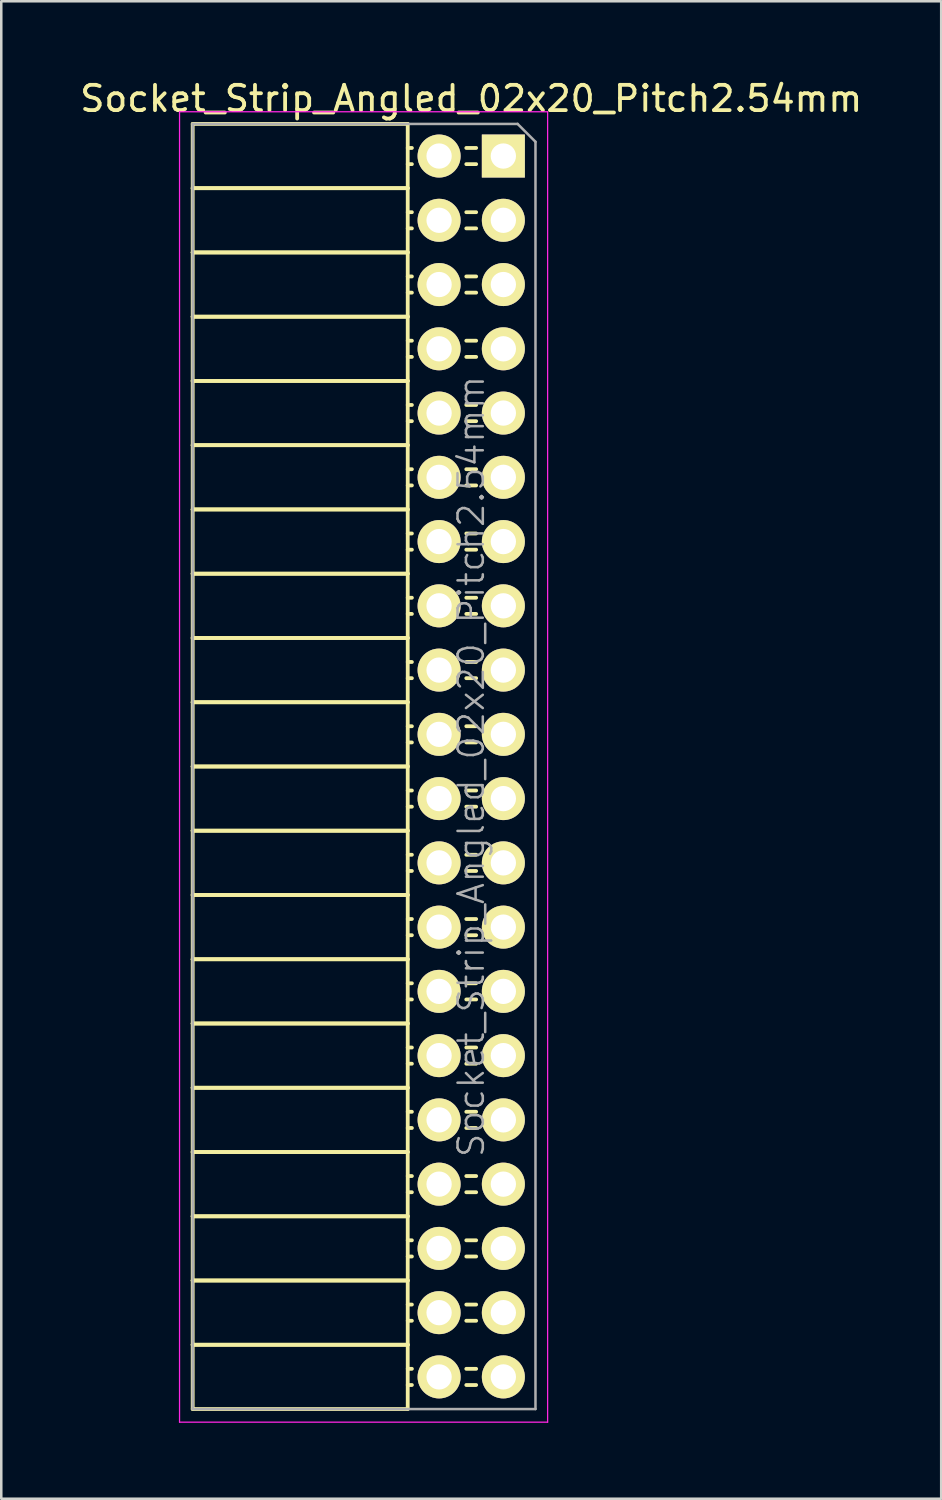
<source format=kicad_pcb>
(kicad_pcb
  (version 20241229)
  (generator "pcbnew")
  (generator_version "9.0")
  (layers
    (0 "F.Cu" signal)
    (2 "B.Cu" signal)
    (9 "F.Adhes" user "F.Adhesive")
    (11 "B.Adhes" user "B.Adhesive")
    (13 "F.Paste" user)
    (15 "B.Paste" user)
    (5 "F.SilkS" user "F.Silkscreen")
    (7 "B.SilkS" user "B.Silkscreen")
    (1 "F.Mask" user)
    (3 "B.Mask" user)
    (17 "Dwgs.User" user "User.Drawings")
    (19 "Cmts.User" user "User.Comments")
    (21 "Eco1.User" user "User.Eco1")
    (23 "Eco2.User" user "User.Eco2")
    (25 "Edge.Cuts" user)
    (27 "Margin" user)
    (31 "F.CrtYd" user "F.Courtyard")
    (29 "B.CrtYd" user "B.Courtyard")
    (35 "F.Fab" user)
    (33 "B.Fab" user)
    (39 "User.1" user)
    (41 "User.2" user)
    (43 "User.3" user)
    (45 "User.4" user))
  (footprint "Socket_Strip_Angled_02x20_Pitch2.54mm"
    (layer "F.Cu")
    (at 16.847 3.118)
    (property "Reference" "Socket_Strip_Angled_02x20_Pitch2.54mm" (at -1.27 -2.27 0) (layer "F.SilkS") (effects (font (size 1 1) (thickness 0.15))))
    (attr smd)
    (fp_line (start -12.28 -1.27) (end -12.28 1.27) (stroke (width 0.15) (type solid)) (layer "F.SilkS"))
    (fp_line (start -12.28 -1.27) (end -3.78 -1.27) (stroke (width 0.15) (type solid)) (layer "F.SilkS"))
    (fp_line (start -12.28 1.27) (end -12.28 3.81) (stroke (width 0.15) (type solid)) (layer "F.SilkS"))
    (fp_line (start -12.28 1.27) (end -3.78 1.27) (stroke (width 0.15) (type solid)) (layer "F.SilkS"))
    (fp_line (start -12.28 1.27) (end -3.78 1.27) (stroke (width 0.15) (type solid)) (layer "F.SilkS"))
    (fp_line (start -12.28 3.81) (end -12.28 6.35) (stroke (width 0.15) (type solid)) (layer "F.SilkS"))
    (fp_line (start -12.28 3.81) (end -3.78 3.81) (stroke (width 0.15) (type solid)) (layer "F.SilkS"))
    (fp_line (start -12.28 3.81) (end -3.78 3.81) (stroke (width 0.15) (type solid)) (layer "F.SilkS"))
    (fp_line (start -12.28 6.35) (end -12.28 8.89) (stroke (width 0.15) (type solid)) (layer "F.SilkS"))
    (fp_line (start -12.28 6.35) (end -3.78 6.35) (stroke (width 0.15) (type solid)) (layer "F.SilkS"))
    (fp_line (start -12.28 6.35) (end -3.78 6.35) (stroke (width 0.15) (type solid)) (layer "F.SilkS"))
    (fp_line (start -12.28 8.89) (end -12.28 11.43) (stroke (width 0.15) (type solid)) (layer "F.SilkS"))
    (fp_line (start -12.28 8.89) (end -3.78 8.89) (stroke (width 0.15) (type solid)) (layer "F.SilkS"))
    (fp_line (start -12.28 8.89) (end -3.78 8.89) (stroke (width 0.15) (type solid)) (layer "F.SilkS"))
    (fp_line (start -12.28 11.43) (end -12.28 13.97) (stroke (width 0.15) (type solid)) (layer "F.SilkS"))
    (fp_line (start -12.28 11.43) (end -3.78 11.43) (stroke (width 0.15) (type solid)) (layer "F.SilkS"))
    (fp_line (start -12.28 11.43) (end -3.78 11.43) (stroke (width 0.15) (type solid)) (layer "F.SilkS"))
    (fp_line (start -12.28 13.97) (end -12.28 16.51) (stroke (width 0.15) (type solid)) (layer "F.SilkS"))
    (fp_line (start -12.28 13.97) (end -3.78 13.97) (stroke (width 0.15) (type solid)) (layer "F.SilkS"))
    (fp_line (start -12.28 13.97) (end -3.78 13.97) (stroke (width 0.15) (type solid)) (layer "F.SilkS"))
    (fp_line (start -12.28 16.51) (end -12.28 19.05) (stroke (width 0.15) (type solid)) (layer "F.SilkS"))
    (fp_line (start -12.28 16.51) (end -3.78 16.51) (stroke (width 0.15) (type solid)) (layer "F.SilkS"))
    (fp_line (start -12.28 16.51) (end -3.78 16.51) (stroke (width 0.15) (type solid)) (layer "F.SilkS"))
    (fp_line (start -12.28 19.05) (end -12.28 21.59) (stroke (width 0.15) (type solid)) (layer "F.SilkS"))
    (fp_line (start -12.28 19.05) (end -3.78 19.05) (stroke (width 0.15) (type solid)) (layer "F.SilkS"))
    (fp_line (start -12.28 19.05) (end -3.78 19.05) (stroke (width 0.15) (type solid)) (layer "F.SilkS"))
    (fp_line (start -12.28 21.59) (end -12.28 24.13) (stroke (width 0.15) (type solid)) (layer "F.SilkS"))
    (fp_line (start -12.28 21.59) (end -3.78 21.59) (stroke (width 0.15) (type solid)) (layer "F.SilkS"))
    (fp_line (start -12.28 21.59) (end -3.78 21.59) (stroke (width 0.15) (type solid)) (layer "F.SilkS"))
    (fp_line (start -12.28 24.13) (end -12.28 26.67) (stroke (width 0.15) (type solid)) (layer "F.SilkS"))
    (fp_line (start -12.28 24.13) (end -3.78 24.13) (stroke (width 0.15) (type solid)) (layer "F.SilkS"))
    (fp_line (start -12.28 24.13) (end -3.78 24.13) (stroke (width 0.15) (type solid)) (layer "F.SilkS"))
    (fp_line (start -12.28 26.67) (end -12.28 29.21) (stroke (width 0.15) (type solid)) (layer "F.SilkS"))
    (fp_line (start -12.28 26.67) (end -3.78 26.67) (stroke (width 0.15) (type solid)) (layer "F.SilkS"))
    (fp_line (start -12.28 26.67) (end -3.78 26.67) (stroke (width 0.15) (type solid)) (layer "F.SilkS"))
    (fp_line (start -12.28 29.21) (end -12.28 31.75) (stroke (width 0.15) (type solid)) (layer "F.SilkS"))
    (fp_line (start -12.28 29.21) (end -3.78 29.21) (stroke (width 0.15) (type solid)) (layer "F.SilkS"))
    (fp_line (start -12.28 29.21) (end -3.78 29.21) (stroke (width 0.15) (type solid)) (layer "F.SilkS"))
    (fp_line (start -12.28 31.75) (end -12.28 34.29) (stroke (width 0.15) (type solid)) (layer "F.SilkS"))
    (fp_line (start -12.28 31.75) (end -3.78 31.75) (stroke (width 0.15) (type solid)) (layer "F.SilkS"))
    (fp_line (start -12.28 31.75) (end -3.78 31.75) (stroke (width 0.15) (type solid)) (layer "F.SilkS"))
    (fp_line (start -12.28 34.29) (end -12.28 36.83) (stroke (width 0.15) (type solid)) (layer "F.SilkS"))
    (fp_line (start -12.28 34.29) (end -3.78 34.29) (stroke (width 0.15) (type solid)) (layer "F.SilkS"))
    (fp_line (start -12.28 34.29) (end -3.78 34.29) (stroke (width 0.15) (type solid)) (layer "F.SilkS"))
    (fp_line (start -12.28 36.83) (end -12.28 39.37) (stroke (width 0.15) (type solid)) (layer "F.SilkS"))
    (fp_line (start -12.28 36.83) (end -3.78 36.83) (stroke (width 0.15) (type solid)) (layer "F.SilkS"))
    (fp_line (start -12.28 36.83) (end -3.78 36.83) (stroke (width 0.15) (type solid)) (layer "F.SilkS"))
    (fp_line (start -12.28 39.37) (end -12.28 41.91) (stroke (width 0.15) (type solid)) (layer "F.SilkS"))
    (fp_line (start -12.28 39.37) (end -3.78 39.37) (stroke (width 0.15) (type solid)) (layer "F.SilkS"))
    (fp_line (start -12.28 39.37) (end -3.78 39.37) (stroke (width 0.15) (type solid)) (layer "F.SilkS"))
    (fp_line (start -12.28 41.91) (end -12.28 44.45) (stroke (width 0.15) (type solid)) (layer "F.SilkS"))
    (fp_line (start -12.28 41.91) (end -3.78 41.91) (stroke (width 0.15) (type solid)) (layer "F.SilkS"))
    (fp_line (start -12.28 41.91) (end -3.78 41.91) (stroke (width 0.15) (type solid)) (layer "F.SilkS"))
    (fp_line (start -12.28 44.45) (end -12.28 46.99) (stroke (width 0.15) (type solid)) (layer "F.SilkS"))
    (fp_line (start -12.28 44.45) (end -3.78 44.45) (stroke (width 0.15) (type solid)) (layer "F.SilkS"))
    (fp_line (start -12.28 44.45) (end -3.78 44.45) (stroke (width 0.15) (type solid)) (layer "F.SilkS"))
    (fp_line (start -12.28 46.99) (end -12.28 49.53) (stroke (width 0.15) (type solid)) (layer "F.SilkS"))
    (fp_line (start -12.28 46.99) (end -3.78 46.99) (stroke (width 0.15) (type solid)) (layer "F.SilkS"))
    (fp_line (start -12.28 46.99) (end -3.78 46.99) (stroke (width 0.15) (type solid)) (layer "F.SilkS"))
    (fp_line (start -12.28 49.53) (end -3.78 49.53) (stroke (width 0.15) (type solid)) (layer "F.SilkS"))
    (fp_line (start -3.78 -1.27) (end -3.78 1.27) (stroke (width 0.15) (type solid)) (layer "F.SilkS"))
    (fp_line (start -3.78 -0.32) (end -3.615 -0.32) (stroke (width 0.15) (type solid)) (layer "F.SilkS"))
    (fp_line (start -3.78 0.32) (end -3.615 0.32) (stroke (width 0.15) (type solid)) (layer "F.SilkS"))
    (fp_line (start -3.78 1.27) (end -3.78 3.81) (stroke (width 0.15) (type solid)) (layer "F.SilkS"))
    (fp_line (start -3.78 2.22) (end -3.615 2.22) (stroke (width 0.15) (type solid)) (layer "F.SilkS"))
    (fp_line (start -3.78 2.86) (end -3.615 2.86) (stroke (width 0.15) (type solid)) (layer "F.SilkS"))
    (fp_line (start -3.78 3.81) (end -3.78 6.35) (stroke (width 0.15) (type solid)) (layer "F.SilkS"))
    (fp_line (start -3.78 4.76) (end -3.615 4.76) (stroke (width 0.15) (type solid)) (layer "F.SilkS"))
    (fp_line (start -3.78 5.4) (end -3.615 5.4) (stroke (width 0.15) (type solid)) (layer "F.SilkS"))
    (fp_line (start -3.78 6.35) (end -3.78 8.89) (stroke (width 0.15) (type solid)) (layer "F.SilkS"))
    (fp_line (start -3.78 7.3) (end -3.615 7.3) (stroke (width 0.15) (type solid)) (layer "F.SilkS"))
    (fp_line (start -3.78 7.94) (end -3.615 7.94) (stroke (width 0.15) (type solid)) (layer "F.SilkS"))
    (fp_line (start -3.78 8.89) (end -3.78 11.43) (stroke (width 0.15) (type solid)) (layer "F.SilkS"))
    (fp_line (start -3.78 9.84) (end -3.615 9.84) (stroke (width 0.15) (type solid)) (layer "F.SilkS"))
    (fp_line (start -3.78 10.48) (end -3.615 10.48) (stroke (width 0.15) (type solid)) (layer "F.SilkS"))
    (fp_line (start -3.78 11.43) (end -3.78 13.97) (stroke (width 0.15) (type solid)) (layer "F.SilkS"))
    (fp_line (start -3.78 12.38) (end -3.615 12.38) (stroke (width 0.15) (type solid)) (layer "F.SilkS"))
    (fp_line (start -3.78 13.02) (end -3.615 13.02) (stroke (width 0.15) (type solid)) (layer "F.SilkS"))
    (fp_line (start -3.78 13.97) (end -3.78 16.51) (stroke (width 0.15) (type solid)) (layer "F.SilkS"))
    (fp_line (start -3.78 14.92) (end -3.615 14.92) (stroke (width 0.15) (type solid)) (layer "F.SilkS"))
    (fp_line (start -3.78 15.56) (end -3.615 15.56) (stroke (width 0.15) (type solid)) (layer "F.SilkS"))
    (fp_line (start -3.78 16.51) (end -3.78 19.05) (stroke (width 0.15) (type solid)) (layer "F.SilkS"))
    (fp_line (start -3.78 17.46) (end -3.615 17.46) (stroke (width 0.15) (type solid)) (layer "F.SilkS"))
    (fp_line (start -3.78 18.1) (end -3.615 18.1) (stroke (width 0.15) (type solid)) (layer "F.SilkS"))
    (fp_line (start -3.78 19.05) (end -3.78 21.59) (stroke (width 0.15) (type solid)) (layer "F.SilkS"))
    (fp_line (start -3.78 20) (end -3.615 20) (stroke (width 0.15) (type solid)) (layer "F.SilkS"))
    (fp_line (start -3.78 20.64) (end -3.615 20.64) (stroke (width 0.15) (type solid)) (layer "F.SilkS"))
    (fp_line (start -3.78 21.59) (end -3.78 24.13) (stroke (width 0.15) (type solid)) (layer "F.SilkS"))
    (fp_line (start -3.78 22.54) (end -3.615 22.54) (stroke (width 0.15) (type solid)) (layer "F.SilkS"))
    (fp_line (start -3.78 23.18) (end -3.615 23.18) (stroke (width 0.15) (type solid)) (layer "F.SilkS"))
    (fp_line (start -3.78 24.13) (end -3.78 26.67) (stroke (width 0.15) (type solid)) (layer "F.SilkS"))
    (fp_line (start -3.78 25.08) (end -3.615 25.08) (stroke (width 0.15) (type solid)) (layer "F.SilkS"))
    (fp_line (start -3.78 25.72) (end -3.615 25.72) (stroke (width 0.15) (type solid)) (layer "F.SilkS"))
    (fp_line (start -3.78 26.67) (end -3.78 29.21) (stroke (width 0.15) (type solid)) (layer "F.SilkS"))
    (fp_line (start -3.78 27.62) (end -3.615 27.62) (stroke (width 0.15) (type solid)) (layer "F.SilkS"))
    (fp_line (start -3.78 28.26) (end -3.615 28.26) (stroke (width 0.15) (type solid)) (layer "F.SilkS"))
    (fp_line (start -3.78 29.21) (end -3.78 31.75) (stroke (width 0.15) (type solid)) (layer "F.SilkS"))
    (fp_line (start -3.78 30.16) (end -3.615 30.16) (stroke (width 0.15) (type solid)) (layer "F.SilkS"))
    (fp_line (start -3.78 30.8) (end -3.615 30.8) (stroke (width 0.15) (type solid)) (layer "F.SilkS"))
    (fp_line (start -3.78 31.75) (end -3.78 34.29) (stroke (width 0.15) (type solid)) (layer "F.SilkS"))
    (fp_line (start -3.78 32.7) (end -3.615 32.7) (stroke (width 0.15) (type solid)) (layer "F.SilkS"))
    (fp_line (start -3.78 33.34) (end -3.615 33.34) (stroke (width 0.15) (type solid)) (layer "F.SilkS"))
    (fp_line (start -3.78 34.29) (end -3.78 36.83) (stroke (width 0.15) (type solid)) (layer "F.SilkS"))
    (fp_line (start -3.78 35.24) (end -3.615 35.24) (stroke (width 0.15) (type solid)) (layer "F.SilkS"))
    (fp_line (start -3.78 35.88) (end -3.615 35.88) (stroke (width 0.15) (type solid)) (layer "F.SilkS"))
    (fp_line (start -3.78 36.83) (end -3.78 39.37) (stroke (width 0.15) (type solid)) (layer "F.SilkS"))
    (fp_line (start -3.78 37.78) (end -3.615 37.78) (stroke (width 0.15) (type solid)) (layer "F.SilkS"))
    (fp_line (start -3.78 38.42) (end -3.615 38.42) (stroke (width 0.15) (type solid)) (layer "F.SilkS"))
    (fp_line (start -3.78 39.37) (end -3.78 41.91) (stroke (width 0.15) (type solid)) (layer "F.SilkS"))
    (fp_line (start -3.78 40.32) (end -3.615 40.32) (stroke (width 0.15) (type solid)) (layer "F.SilkS"))
    (fp_line (start -3.78 40.96) (end -3.615 40.96) (stroke (width 0.15) (type solid)) (layer "F.SilkS"))
    (fp_line (start -3.78 41.91) (end -3.78 44.45) (stroke (width 0.15) (type solid)) (layer "F.SilkS"))
    (fp_line (start -3.78 42.86) (end -3.615 42.86) (stroke (width 0.15) (type solid)) (layer "F.SilkS"))
    (fp_line (start -3.78 43.5) (end -3.615 43.5) (stroke (width 0.15) (type solid)) (layer "F.SilkS"))
    (fp_line (start -3.78 44.45) (end -3.78 46.99) (stroke (width 0.15) (type solid)) (layer "F.SilkS"))
    (fp_line (start -3.78 45.4) (end -3.615 45.4) (stroke (width 0.15) (type solid)) (layer "F.SilkS"))
    (fp_line (start -3.78 46.04) (end -3.615 46.04) (stroke (width 0.15) (type solid)) (layer "F.SilkS"))
    (fp_line (start -3.78 46.99) (end -3.78 49.53) (stroke (width 0.15) (type solid)) (layer "F.SilkS"))
    (fp_line (start -3.78 47.94) (end -3.615 47.94) (stroke (width 0.15) (type solid)) (layer "F.SilkS"))
    (fp_line (start -3.78 48.58) (end -3.615 48.58) (stroke (width 0.15) (type solid)) (layer "F.SilkS"))
    (fp_line (start -1.075 -0.32) (end -1.465 -0.32) (stroke (width 0.15) (type solid)) (layer "F.SilkS"))
    (fp_line (start -1.075 0.32) (end -1.465 0.32) (stroke (width 0.15) (type solid)) (layer "F.SilkS"))
    (fp_line (start -1.075 2.22) (end -1.465 2.22) (stroke (width 0.15) (type solid)) (layer "F.SilkS"))
    (fp_line (start -1.075 2.86) (end -1.465 2.86) (stroke (width 0.15) (type solid)) (layer "F.SilkS"))
    (fp_line (start -1.075 4.76) (end -1.465 4.76) (stroke (width 0.15) (type solid)) (layer "F.SilkS"))
    (fp_line (start -1.075 5.4) (end -1.465 5.4) (stroke (width 0.15) (type solid)) (layer "F.SilkS"))
    (fp_line (start -1.075 7.3) (end -1.465 7.3) (stroke (width 0.15) (type solid)) (layer "F.SilkS"))
    (fp_line (start -1.075 7.94) (end -1.465 7.94) (stroke (width 0.15) (type solid)) (layer "F.SilkS"))
    (fp_line (start -1.075 9.84) (end -1.465 9.84) (stroke (width 0.15) (type solid)) (layer "F.SilkS"))
    (fp_line (start -1.075 10.48) (end -1.465 10.48) (stroke (width 0.15) (type solid)) (layer "F.SilkS"))
    (fp_line (start -1.075 12.38) (end -1.465 12.38) (stroke (width 0.15) (type solid)) (layer "F.SilkS"))
    (fp_line (start -1.075 13.02) (end -1.465 13.02) (stroke (width 0.15) (type solid)) (layer "F.SilkS"))
    (fp_line (start -1.075 14.92) (end -1.465 14.92) (stroke (width 0.15) (type solid)) (layer "F.SilkS"))
    (fp_line (start -1.075 15.56) (end -1.465 15.56) (stroke (width 0.15) (type solid)) (layer "F.SilkS"))
    (fp_line (start -1.075 17.46) (end -1.465 17.46) (stroke (width 0.15) (type solid)) (layer "F.SilkS"))
    (fp_line (start -1.075 18.1) (end -1.465 18.1) (stroke (width 0.15) (type solid)) (layer "F.SilkS"))
    (fp_line (start -1.075 20) (end -1.465 20) (stroke (width 0.15) (type solid)) (layer "F.SilkS"))
    (fp_line (start -1.075 20.64) (end -1.465 20.64) (stroke (width 0.15) (type solid)) (layer "F.SilkS"))
    (fp_line (start -1.075 22.54) (end -1.465 22.54) (stroke (width 0.15) (type solid)) (layer "F.SilkS"))
    (fp_line (start -1.075 23.18) (end -1.465 23.18) (stroke (width 0.15) (type solid)) (layer "F.SilkS"))
    (fp_line (start -1.075 25.08) (end -1.465 25.08) (stroke (width 0.15) (type solid)) (layer "F.SilkS"))
    (fp_line (start -1.075 25.72) (end -1.465 25.72) (stroke (width 0.15) (type solid)) (layer "F.SilkS"))
    (fp_line (start -1.075 27.62) (end -1.465 27.62) (stroke (width 0.15) (type solid)) (layer "F.SilkS"))
    (fp_line (start -1.075 28.26) (end -1.465 28.26) (stroke (width 0.15) (type solid)) (layer "F.SilkS"))
    (fp_line (start -1.075 30.16) (end -1.465 30.16) (stroke (width 0.15) (type solid)) (layer "F.SilkS"))
    (fp_line (start -1.075 30.8) (end -1.465 30.8) (stroke (width 0.15) (type solid)) (layer "F.SilkS"))
    (fp_line (start -1.075 32.7) (end -1.465 32.7) (stroke (width 0.15) (type solid)) (layer "F.SilkS"))
    (fp_line (start -1.075 33.34) (end -1.465 33.34) (stroke (width 0.15) (type solid)) (layer "F.SilkS"))
    (fp_line (start -1.075 35.24) (end -1.465 35.24) (stroke (width 0.15) (type solid)) (layer "F.SilkS"))
    (fp_line (start -1.075 35.88) (end -1.465 35.88) (stroke (width 0.15) (type solid)) (layer "F.SilkS"))
    (fp_line (start -1.075 37.78) (end -1.465 37.78) (stroke (width 0.15) (type solid)) (layer "F.SilkS"))
    (fp_line (start -1.075 38.42) (end -1.465 38.42) (stroke (width 0.15) (type solid)) (layer "F.SilkS"))
    (fp_line (start -1.075 40.32) (end -1.465 40.32) (stroke (width 0.15) (type solid)) (layer "F.SilkS"))
    (fp_line (start -1.075 40.96) (end -1.465 40.96) (stroke (width 0.15) (type solid)) (layer "F.SilkS"))
    (fp_line (start -1.075 42.86) (end -1.465 42.86) (stroke (width 0.15) (type solid)) (layer "F.SilkS"))
    (fp_line (start -1.075 43.5) (end -1.465 43.5) (stroke (width 0.15) (type solid)) (layer "F.SilkS"))
    (fp_line (start -1.075 45.4) (end -1.465 45.4) (stroke (width 0.15) (type solid)) (layer "F.SilkS"))
    (fp_line (start -1.075 46.04) (end -1.465 46.04) (stroke (width 0.15) (type solid)) (layer "F.SilkS"))
    (fp_line (start -1.075 47.94) (end -1.465 47.94) (stroke (width 0.15) (type solid)) (layer "F.SilkS"))
    (fp_line (start -1.075 48.58) (end -1.465 48.58) (stroke (width 0.15) (type solid)) (layer "F.SilkS"))
    (fp_line (start -12.8 -1.75) (end 1.75 -1.75) (stroke (width 0.05) (type solid)) (layer "F.CrtYd"))
    (fp_line (start -12.8 50.05) (end -12.8 -1.75) (stroke (width 0.05) (type solid)) (layer "F.CrtYd"))
    (fp_line (start -12.8 50.05) (end 1.75 50.05) (stroke (width 0.05) (type solid)) (layer "F.CrtYd"))
    (fp_line (start 1.75 50.05) (end 1.75 -1.75) (stroke (width 0.05) (type solid)) (layer "F.CrtYd"))
    (fp_line (start -12.28 -1.27) (end 0.563 -1.27) (stroke (width 0.1) (type solid)) (layer "F.Fab"))
    (fp_line (start -12.28 49.53) (end -12.28 -1.27) (stroke (width 0.1) (type solid)) (layer "F.Fab"))
    (fp_line (start -12.28 49.53) (end 1.27 49.53) (stroke (width 0.1) (type solid)) (layer "F.Fab"))
    (fp_line (start 1.27 -0.563) (end 0.563 -1.27) (stroke (width 0.1) (type solid)) (layer "F.Fab"))
    (fp_line (start 1.27 49.53) (end 1.27 -0.563) (stroke (width 0.1) (type solid)) (layer "F.Fab"))
    (fp_text user "${REFERENCE}" (at -1.27 24.13 90) (layer "F.Fab") (effects (font (size 1 1) (thickness 0.1))))
    (pad "1" thru_hole rect (at 0 0) (size 1.7 1.7) (drill 1) (layers "*.Cu" "*.Mask" "F.SilkS"))
    (pad "2" thru_hole oval (at -2.54 0) (size 1.7 1.7) (drill 1) (layers "*.Cu" "*.Mask" "F.SilkS"))
    (pad "3" thru_hole oval (at 0 2.54) (size 1.7 1.7) (drill 1) (layers "*.Cu" "*.Mask" "F.SilkS"))
    (pad "4" thru_hole oval (at -2.54 2.54) (size 1.7 1.7) (drill 1) (layers "*.Cu" "*.Mask" "F.SilkS"))
    (pad "5" thru_hole oval (at 0 5.08) (size 1.7 1.7) (drill 1) (layers "*.Cu" "*.Mask" "F.SilkS"))
    (pad "6" thru_hole oval (at -2.54 5.08) (size 1.7 1.7) (drill 1) (layers "*.Cu" "*.Mask" "F.SilkS"))
    (pad "7" thru_hole oval (at 0 7.62) (size 1.7 1.7) (drill 1) (layers "*.Cu" "*.Mask" "F.SilkS"))
    (pad "8" thru_hole oval (at -2.54 7.62) (size 1.7 1.7) (drill 1) (layers "*.Cu" "*.Mask" "F.SilkS"))
    (pad "9" thru_hole oval (at 0 10.16) (size 1.7 1.7) (drill 1) (layers "*.Cu" "*.Mask" "F.SilkS"))
    (pad "10" thru_hole oval (at -2.54 10.16) (size 1.7 1.7) (drill 1) (layers "*.Cu" "*.Mask" "F.SilkS"))
    (pad "11" thru_hole oval (at 0 12.7) (size 1.7 1.7) (drill 1) (layers "*.Cu" "*.Mask" "F.SilkS"))
    (pad "12" thru_hole oval (at -2.54 12.7) (size 1.7 1.7) (drill 1) (layers "*.Cu" "*.Mask" "F.SilkS"))
    (pad "13" thru_hole oval (at 0 15.24) (size 1.7 1.7) (drill 1) (layers "*.Cu" "*.Mask" "F.SilkS"))
    (pad "14" thru_hole oval (at -2.54 15.24) (size 1.7 1.7) (drill 1) (layers "*.Cu" "*.Mask" "F.SilkS"))
    (pad "15" thru_hole oval (at 0 17.78) (size 1.7 1.7) (drill 1) (layers "*.Cu" "*.Mask" "F.SilkS"))
    (pad "16" thru_hole oval (at -2.54 17.78) (size 1.7 1.7) (drill 1) (layers "*.Cu" "*.Mask" "F.SilkS"))
    (pad "17" thru_hole oval (at 0 20.32) (size 1.7 1.7) (drill 1) (layers "*.Cu" "*.Mask" "F.SilkS"))
    (pad "18" thru_hole oval (at -2.54 20.32) (size 1.7 1.7) (drill 1) (layers "*.Cu" "*.Mask" "F.SilkS"))
    (pad "19" thru_hole oval (at 0 22.86) (size 1.7 1.7) (drill 1) (layers "*.Cu" "*.Mask" "F.SilkS"))
    (pad "20" thru_hole oval (at -2.54 22.86) (size 1.7 1.7) (drill 1) (layers "*.Cu" "*.Mask" "F.SilkS"))
    (pad "21" thru_hole oval (at 0 25.4) (size 1.7 1.7) (drill 1) (layers "*.Cu" "*.Mask" "F.SilkS"))
    (pad "22" thru_hole oval (at -2.54 25.4) (size 1.7 1.7) (drill 1) (layers "*.Cu" "*.Mask" "F.SilkS"))
    (pad "23" thru_hole oval (at 0 27.94) (size 1.7 1.7) (drill 1) (layers "*.Cu" "*.Mask" "F.SilkS"))
    (pad "24" thru_hole oval (at -2.54 27.94) (size 1.7 1.7) (drill 1) (layers "*.Cu" "*.Mask" "F.SilkS"))
    (pad "25" thru_hole oval (at 0 30.48) (size 1.7 1.7) (drill 1) (layers "*.Cu" "*.Mask" "F.SilkS"))
    (pad "26" thru_hole oval (at -2.54 30.48) (size 1.7 1.7) (drill 1) (layers "*.Cu" "*.Mask" "F.SilkS"))
    (pad "27" thru_hole oval (at 0 33.02) (size 1.7 1.7) (drill 1) (layers "*.Cu" "*.Mask" "F.SilkS"))
    (pad "28" thru_hole oval (at -2.54 33.02) (size 1.7 1.7) (drill 1) (layers "*.Cu" "*.Mask" "F.SilkS"))
    (pad "29" thru_hole oval (at 0 35.56) (size 1.7 1.7) (drill 1) (layers "*.Cu" "*.Mask" "F.SilkS"))
    (pad "30" thru_hole oval (at -2.54 35.56) (size 1.7 1.7) (drill 1) (layers "*.Cu" "*.Mask" "F.SilkS"))
    (pad "31" thru_hole oval (at 0 38.1) (size 1.7 1.7) (drill 1) (layers "*.Cu" "*.Mask" "F.SilkS"))
    (pad "32" thru_hole oval (at -2.54 38.1) (size 1.7 1.7) (drill 1) (layers "*.Cu" "*.Mask" "F.SilkS"))
    (pad "33" thru_hole oval (at 0 40.64) (size 1.7 1.7) (drill 1) (layers "*.Cu" "*.Mask" "F.SilkS"))
    (pad "34" thru_hole oval (at -2.54 40.64) (size 1.7 1.7) (drill 1) (layers "*.Cu" "*.Mask" "F.SilkS"))
    (pad "35" thru_hole oval (at 0 43.18) (size 1.7 1.7) (drill 1) (layers "*.Cu" "*.Mask" "F.SilkS"))
    (pad "36" thru_hole oval (at -2.54 43.18) (size 1.7 1.7) (drill 1) (layers "*.Cu" "*.Mask" "F.SilkS"))
    (pad "37" thru_hole oval (at 0 45.72) (size 1.7 1.7) (drill 1) (layers "*.Cu" "*.Mask" "F.SilkS"))
    (pad "38" thru_hole oval (at -2.54 45.72) (size 1.7 1.7) (drill 1) (layers "*.Cu" "*.Mask" "F.SilkS"))
    (pad "39" thru_hole oval (at 0 48.26) (size 1.7 1.7) (drill 1) (layers "*.Cu" "*.Mask" "F.SilkS"))
    (pad "40" thru_hole oval (at -2.54 48.26) (size 1.7 1.7) (drill 1) (layers "*.Cu" "*.Mask" "F.SilkS")))
  (gr_rect
    (start -3 -3)
    (end 34.155 56.193)
    (stroke (width 0.1) (type default))
    (fill no)
    (layer "Edge.Cuts")))
</source>
